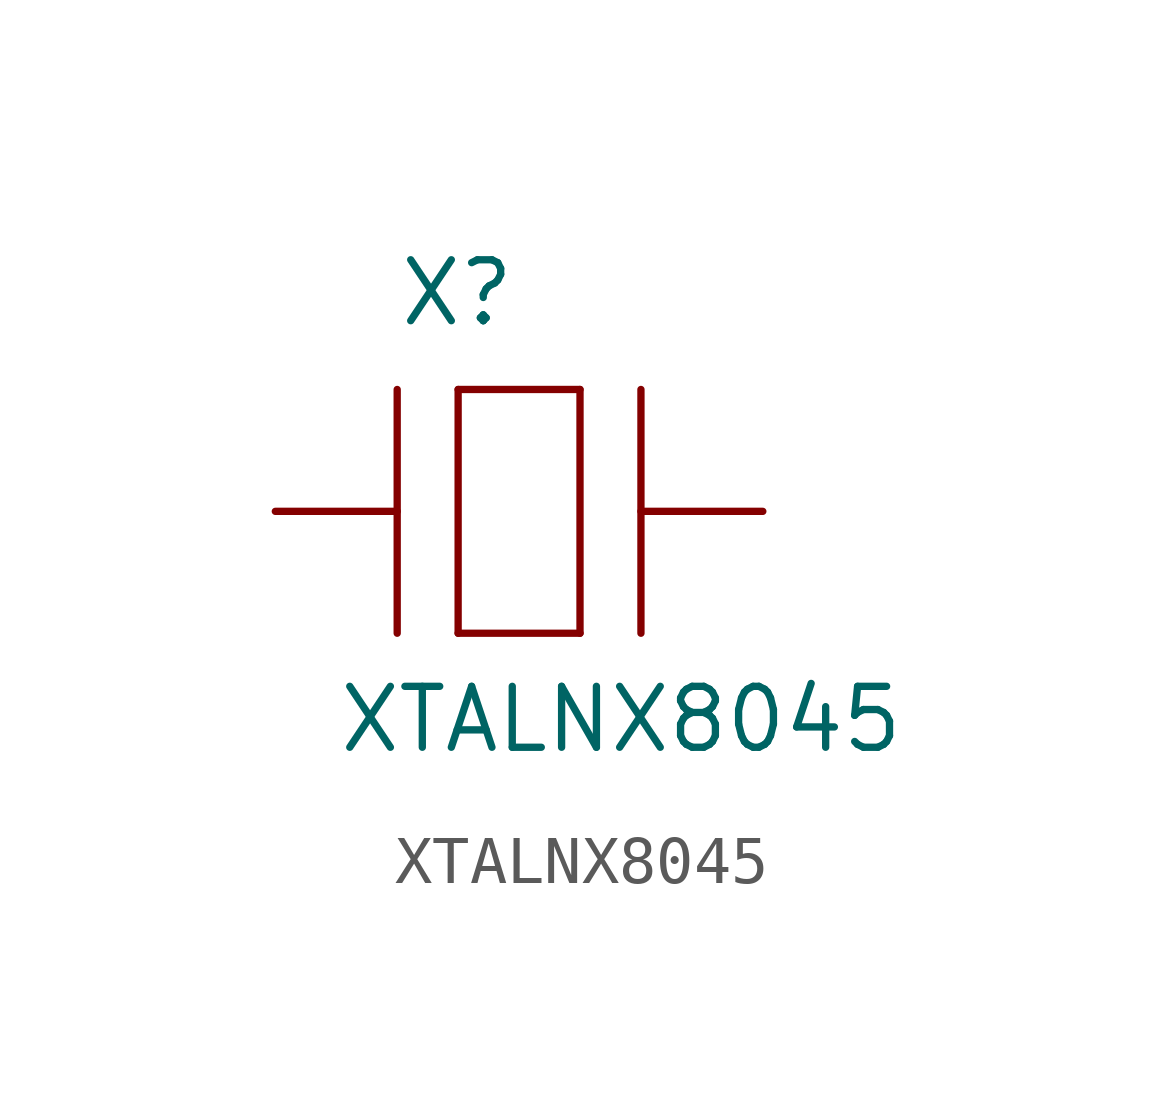
<source format=kicad_sym>
(kicad_symbol_lib
  (version 20211014)
  (generator kicad_symbol_editor)
  (symbol "XTALNX8045"
    (pin_names
      (offset 1.016))
    (property "Reference" "X"
      (at -2.54 3.81 0)
      (effects (font (size 1.27 1.27)) (justify left bottom)))
    (property "Value" "XTALNX8045"
      (at -3.81 -5.08 0)
      (effects (font (size 1.27 1.27)) (justify left bottom)))
    (property "ki_locked" ""
      (at 0 0 0)
      (effects (font (size 1.27 1.27))))
    (symbol "XTALNX8045_1_0"
      (polyline (pts (xy -2.54 2.54) (xy -2.54 -2.54)) (stroke (width 0) (type default) (color 0 0 0 0)) (fill (type none)))
      (polyline (pts (xy -1.27 -2.54) (xy 1.27 -2.54)) (stroke (width 0) (type default) (color 0 0 0 0)) (fill (type none)))
      (polyline (pts (xy -1.27 2.54) (xy -1.27 -2.54)) (stroke (width 0) (type default) (color 0 0 0 0)) (fill (type none)))
      (polyline (pts (xy 1.27 -2.54) (xy 1.27 2.54)) (stroke (width 0) (type default) (color 0 0 0 0)) (fill (type none)))
      (polyline (pts (xy 1.27 2.54) (xy -1.27 2.54)) (stroke (width 0) (type default) (color 0 0 0 0)) (fill (type none)))
      (polyline (pts (xy 2.54 2.54) (xy 2.54 -2.54)) (stroke (width 0) (type default) (color 0 0 0 0)) (fill (type none)))
      (pin bidirectional line (at -5.08 0 0) (length 2.54) (name "P$1" (effects (font (size 0 0)))) (number "P$1" (effects (font (size 0 0)))))
      (pin bidirectional line (at 5.08 0 180) (length 2.54) (name "P$2" (effects (font (size 0 0)))) (number "P$2" (effects (font (size 0 0))))))))
</source>
